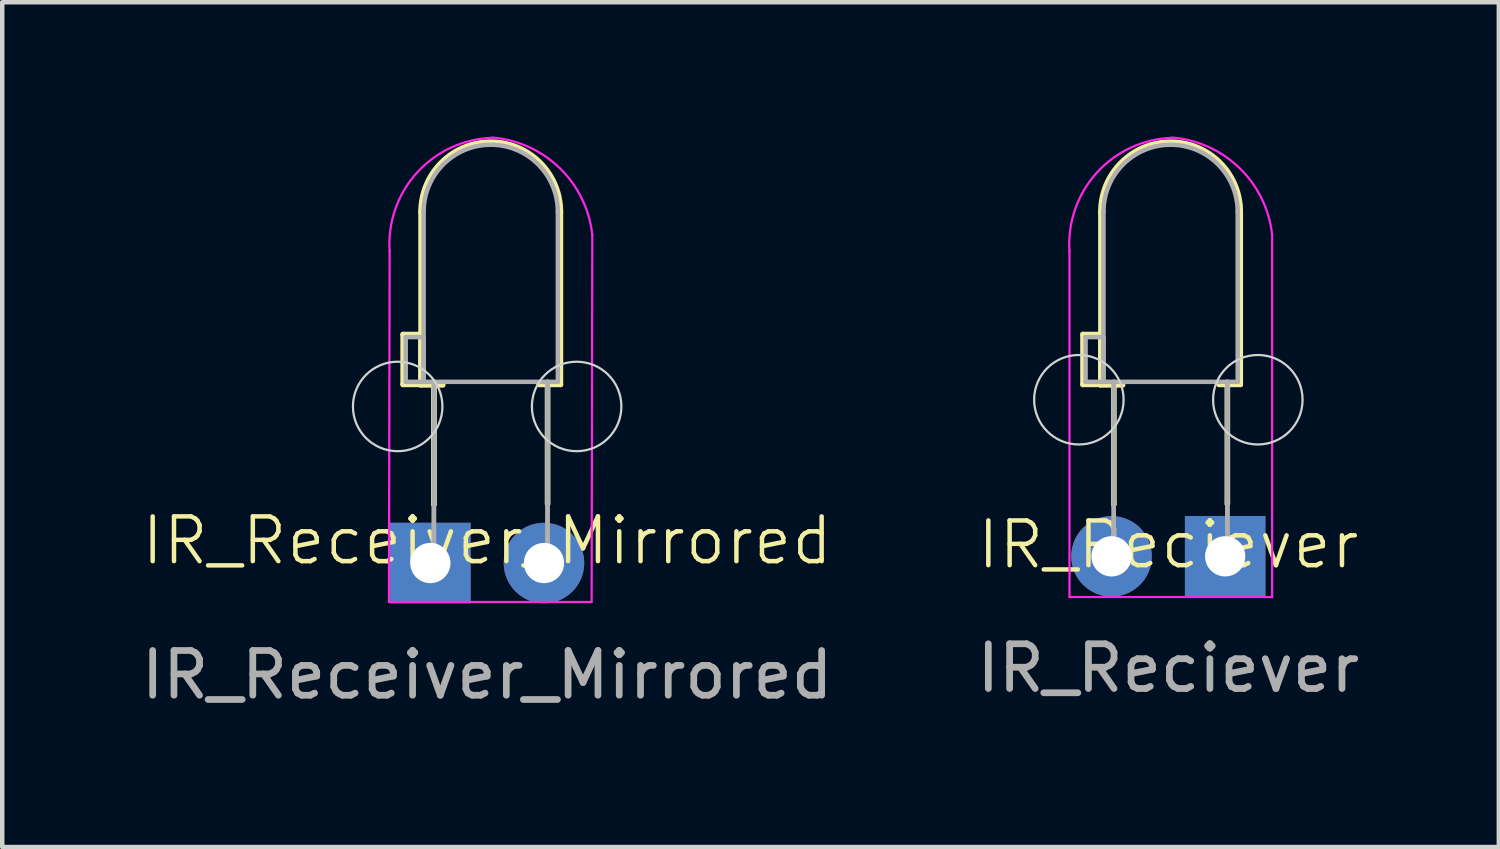
<source format=kicad_pcb>
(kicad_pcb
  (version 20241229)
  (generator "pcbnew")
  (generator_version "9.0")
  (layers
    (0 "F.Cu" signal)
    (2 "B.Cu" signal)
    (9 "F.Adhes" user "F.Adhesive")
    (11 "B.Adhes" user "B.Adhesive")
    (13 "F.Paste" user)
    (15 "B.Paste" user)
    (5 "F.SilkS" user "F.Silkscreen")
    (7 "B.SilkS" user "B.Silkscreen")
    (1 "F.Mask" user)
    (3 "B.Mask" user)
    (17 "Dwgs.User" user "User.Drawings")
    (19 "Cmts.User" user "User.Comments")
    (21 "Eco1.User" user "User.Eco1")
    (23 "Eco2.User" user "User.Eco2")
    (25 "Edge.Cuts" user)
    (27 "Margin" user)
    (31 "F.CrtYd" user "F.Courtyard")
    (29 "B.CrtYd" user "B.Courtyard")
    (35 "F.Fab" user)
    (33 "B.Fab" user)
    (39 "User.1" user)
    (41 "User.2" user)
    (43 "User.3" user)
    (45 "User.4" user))
  (footprint "IR_Reciever"
    (layer "F.Cu")
    (at 23.065 9.385)
    (property "Reference" "IR_Reciever" (at 0 -0.26 0) (unlocked yes) (layer "F.SilkS") (effects (font (size 1 1) (thickness 0.1))))
    (attr through_hole)
    (fp_line (start -1.91 -4.96) (end -1.51 -4.96) (stroke (width 0.12) (type solid)) (layer "F.SilkS"))
    (fp_line (start -1.91 -3.84) (end -1.91 -4.96) (stroke (width 0.12) (type solid)) (layer "F.SilkS"))
    (fp_line (start -1.52 -3.83) (end -1.02 -3.83) (stroke (width 0.12) (type solid)) (layer "F.SilkS"))
    (fp_line (start -1.51 -4.96) (end -1.51 -3.84) (stroke (width 0.12) (type solid)) (layer "F.SilkS"))
    (fp_line (start -1.51 -3.84) (end -1.91 -3.84) (stroke (width 0.12) (type solid)) (layer "F.SilkS"))
    (fp_line (start -1.51 -3.84) (end -1.51 -7.7) (stroke (width 0.12) (type solid)) (layer "F.SilkS"))
    (fp_line (start -1.22 -3.83) (end -1.22 -1.16) (stroke (width 0.12) (type solid)) (layer "F.SilkS"))
    (fp_line (start -1.22 -1.17) (end -1.22 -1.17) (stroke (width 0.12) (type solid)) (layer "F.SilkS"))
    (fp_line (start -1.22 -1.16) (end -1.22 -3.83) (stroke (width 0.12) (type solid)) (layer "F.SilkS"))
    (fp_line (start 1.13 -3.84) (end 1.61 -3.84) (stroke (width 0.12) (type solid)) (layer "F.SilkS"))
    (fp_line (start 1.32 -3.84) (end 1.32 -3.84) (stroke (width 0.12) (type solid)) (layer "F.SilkS"))
    (fp_line (start 1.32 -3.84) (end 1.32 -1.17) (stroke (width 0.12) (type solid)) (layer "F.SilkS"))
    (fp_line (start 1.32 -1.17) (end 1.32 -3.84) (stroke (width 0.12) (type solid)) (layer "F.SilkS"))
    (fp_line (start 1.32 -1.17) (end 1.32 -1.17) (stroke (width 0.12) (type solid)) (layer "F.SilkS"))
    (fp_line (start 1.61 -3.84) (end 1.61 -7.7) (stroke (width 0.12) (type solid)) (layer "F.SilkS"))
    (fp_arc (start -1.51 -7.7) (mid 0.05 -9.26) (end 1.61 -7.7) (stroke (width 0.12) (type solid)) (layer "F.SilkS"))
    (fp_circle (center -2 -3.5) (end -1 -3.5) (stroke (width 0.05) (type default)) (fill no) (layer "Edge.Cuts"))
    (fp_circle (center 2 -3.5) (end 3 -3.5) (stroke (width 0.05) (type default)) (fill no) (layer "Edge.Cuts"))
    (fp_line (start -2.21 -6.82) (end -2.21 0.91) (stroke (width 0.05) (type solid)) (layer "F.CrtYd"))
    (fp_line (start -2.21 0.91) (end 2.32 0.91) (stroke (width 0.05) (type solid)) (layer "F.CrtYd"))
    (fp_line (start 2.32 0.91) (end 2.32 -7.18) (stroke (width 0.05) (type solid)) (layer "F.CrtYd"))
    (fp_arc (start -2.21 -6.82) (mid -1.598507 -8.575869) (end 0.089597 -9.355167) (stroke (width 0.05) (type solid)) (layer "F.CrtYd"))
    (fp_arc (start 0.09 -9.36) (mid 1.597636 -8.671642) (end 2.32 -7.18) (stroke (width 0.05) (type solid)) (layer "F.CrtYd"))
    (fp_line (start -1.85 -4.9) (end -1.45 -4.9) (stroke (width 0.1) (type solid)) (layer "F.Fab"))
    (fp_line (start -1.85 -3.9) (end -1.85 -4.9) (stroke (width 0.1) (type solid)) (layer "F.Fab"))
    (fp_line (start -1.45 -4.9) (end -1.45 -3.9) (stroke (width 0.1) (type solid)) (layer "F.Fab"))
    (fp_line (start -1.45 -3.9) (end -1.85 -3.9) (stroke (width 0.1) (type solid)) (layer "F.Fab"))
    (fp_line (start -1.45 -3.9) (end -1.45 -7.7) (stroke (width 0.1) (type solid)) (layer "F.Fab"))
    (fp_line (start -1.22 -3.9) (end -1.22 -3.9) (stroke (width 0.1) (type solid)) (layer "F.Fab"))
    (fp_line (start -1.22 -3.9) (end -1.22 -0.09) (stroke (width 0.1) (type solid)) (layer "F.Fab"))
    (fp_line (start -1.22 -0.09) (end -1.22 -3.9) (stroke (width 0.1) (type solid)) (layer "F.Fab"))
    (fp_line (start -1.22 -0.09) (end -1.22 -0.09) (stroke (width 0.1) (type solid)) (layer "F.Fab"))
    (fp_line (start 1.32 -3.9) (end 1.32 -3.9) (stroke (width 0.1) (type solid)) (layer "F.Fab"))
    (fp_line (start 1.32 -3.9) (end 1.32 -0.09) (stroke (width 0.1) (type solid)) (layer "F.Fab"))
    (fp_line (start 1.32 -0.09) (end 1.32 -3.9) (stroke (width 0.1) (type solid)) (layer "F.Fab"))
    (fp_line (start 1.32 -0.09) (end 1.32 -0.09) (stroke (width 0.1) (type solid)) (layer "F.Fab"))
    (fp_line (start 1.55 -3.9) (end -1.45 -3.9) (stroke (width 0.1) (type solid)) (layer "F.Fab"))
    (fp_line (start 1.55 -3.9) (end 1.55 -7.7) (stroke (width 0.1) (type solid)) (layer "F.Fab"))
    (fp_arc (start -1.45 -7.7) (mid 0.05 -9.2) (end 1.55 -7.7) (stroke (width 0.1) (type solid)) (layer "F.Fab"))
    (fp_text user "${REFERENCE}" (at 0 2.5 0) (unlocked yes) (layer "F.Fab") (effects (font (size 1 1) (thickness 0.15))))
    (pad "1" thru_hole rect (at 1.27 0 180) (size 1.8 1.8) (drill 0.9) (layers "*.Cu" "*.Mask"))
    (pad "2" thru_hole circle (at -1.27 0 180) (size 1.8 1.8) (drill 0.9) (layers "*.Cu" "*.Mask")))
  (footprint "IR_Receiver_Mirrored"
    (layer "F.Cu")
    (at 7.839 9.535)
    (property "Reference" "IR_Receiver_Mirrored" (at 0 -0.5 0) (unlocked yes) (layer "F.SilkS") (effects (font (size 1 1) (thickness 0.1))))
    (attr through_hole)
    (fp_line (start -1.88 -5.11) (end -1.48 -5.11) (stroke (width 0.12) (type solid)) (layer "F.SilkS"))
    (fp_line (start -1.88 -3.99) (end -1.88 -5.11) (stroke (width 0.12) (type solid)) (layer "F.SilkS"))
    (fp_line (start -1.49 -3.98) (end -0.99 -3.98) (stroke (width 0.12) (type solid)) (layer "F.SilkS"))
    (fp_line (start -1.48 -5.11) (end -1.48 -3.99) (stroke (width 0.12) (type solid)) (layer "F.SilkS"))
    (fp_line (start -1.48 -3.99) (end -1.88 -3.99) (stroke (width 0.12) (type solid)) (layer "F.SilkS"))
    (fp_line (start -1.48 -3.99) (end -1.48 -7.85) (stroke (width 0.12) (type solid)) (layer "F.SilkS"))
    (fp_line (start -1.19 -3.98) (end -1.19 -1.31) (stroke (width 0.12) (type solid)) (layer "F.SilkS"))
    (fp_line (start -1.19 -1.32) (end -1.19 -1.32) (stroke (width 0.12) (type solid)) (layer "F.SilkS"))
    (fp_line (start -1.19 -1.31) (end -1.19 -3.98) (stroke (width 0.12) (type solid)) (layer "F.SilkS"))
    (fp_line (start 1.16 -3.99) (end 1.64 -3.99) (stroke (width 0.12) (type solid)) (layer "F.SilkS"))
    (fp_line (start 1.35 -3.99) (end 1.35 -3.99) (stroke (width 0.12) (type solid)) (layer "F.SilkS"))
    (fp_line (start 1.35 -3.99) (end 1.35 -1.32) (stroke (width 0.12) (type solid)) (layer "F.SilkS"))
    (fp_line (start 1.35 -1.32) (end 1.35 -3.99) (stroke (width 0.12) (type solid)) (layer "F.SilkS"))
    (fp_line (start 1.35 -1.32) (end 1.35 -1.32) (stroke (width 0.12) (type solid)) (layer "F.SilkS"))
    (fp_line (start 1.64 -3.99) (end 1.64 -7.85) (stroke (width 0.12) (type solid)) (layer "F.SilkS"))
    (fp_arc (start -1.48 -7.85) (mid 0.08 -9.41) (end 1.64 -7.85) (stroke (width 0.12) (type solid)) (layer "F.SilkS"))
    (fp_circle (center -2 -3.5) (end -1 -3.5) (stroke (width 0.05) (type default)) (fill no) (layer "Edge.Cuts"))
    (fp_circle (center 2 -3.5) (end 3 -3.5) (stroke (width 0.05) (type default)) (fill no) (layer "Edge.Cuts"))
    (fp_line (start -2.195 0.87) (end 2.335 0.87) (stroke (width 0.05) (type solid)) (layer "F.CrtYd"))
    (fp_line (start -2.18 -6.97) (end -2.195 0.87) (stroke (width 0.05) (type solid)) (layer "F.CrtYd"))
    (fp_line (start 2.335 0.87) (end 2.35 -7.33) (stroke (width 0.05) (type solid)) (layer "F.CrtYd"))
    (fp_arc (start -2.18 -6.97) (mid -1.568507 -8.725869) (end 0.119597 -9.505167) (stroke (width 0.05) (type solid)) (layer "F.CrtYd"))
    (fp_arc (start 0.12 -9.51) (mid 1.627636 -8.821642) (end 2.35 -7.33) (stroke (width 0.05) (type solid)) (layer "F.CrtYd"))
    (fp_line (start -1.82 -5.05) (end -1.42 -5.05) (stroke (width 0.1) (type solid)) (layer "F.Fab"))
    (fp_line (start -1.82 -4.05) (end -1.82 -5.05) (stroke (width 0.1) (type solid)) (layer "F.Fab"))
    (fp_line (start -1.42 -5.05) (end -1.42 -4.05) (stroke (width 0.1) (type solid)) (layer "F.Fab"))
    (fp_line (start -1.42 -4.05) (end -1.82 -4.05) (stroke (width 0.1) (type solid)) (layer "F.Fab"))
    (fp_line (start -1.42 -4.05) (end -1.42 -7.85) (stroke (width 0.1) (type solid)) (layer "F.Fab"))
    (fp_line (start -1.19 -4.05) (end -1.19 -4.05) (stroke (width 0.1) (type solid)) (layer "F.Fab"))
    (fp_line (start -1.19 -4.05) (end -1.19 -0.24) (stroke (width 0.1) (type solid)) (layer "F.Fab"))
    (fp_line (start -1.19 -0.24) (end -1.19 -4.05) (stroke (width 0.1) (type solid)) (layer "F.Fab"))
    (fp_line (start -1.19 -0.24) (end -1.19 -0.24) (stroke (width 0.1) (type solid)) (layer "F.Fab"))
    (fp_line (start 1.35 -4.05) (end 1.35 -4.05) (stroke (width 0.1) (type solid)) (layer "F.Fab"))
    (fp_line (start 1.35 -4.05) (end 1.35 -0.24) (stroke (width 0.1) (type solid)) (layer "F.Fab"))
    (fp_line (start 1.35 -0.24) (end 1.35 -4.05) (stroke (width 0.1) (type solid)) (layer "F.Fab"))
    (fp_line (start 1.35 -0.24) (end 1.35 -0.24) (stroke (width 0.1) (type solid)) (layer "F.Fab"))
    (fp_line (start 1.58 -4.05) (end -1.42 -4.05) (stroke (width 0.1) (type solid)) (layer "F.Fab"))
    (fp_line (start 1.58 -4.05) (end 1.58 -7.85) (stroke (width 0.1) (type solid)) (layer "F.Fab"))
    (fp_arc (start -1.42 -7.85) (mid 0.08 -9.35) (end 1.58 -7.85) (stroke (width 0.1) (type solid)) (layer "F.Fab"))
    (fp_text user "${REFERENCE}" (at 0 2.5 0) (unlocked yes) (layer "F.Fab") (effects (font (size 1 1) (thickness 0.15))))
    (pad "1" thru_hole rect (at -1.27 0 180) (size 1.8 1.8) (drill 0.9) (layers "*.Cu" "*.Mask"))
    (pad "2" thru_hole circle (at 1.27 0 180) (size 1.8 1.8) (drill 0.9) (layers "*.Cu" "*.Mask")))
  (gr_rect
    (start -3 -3)
    (end 30.452 15.883)
    (stroke (width 0.1) (type default))
    (fill no)
    (layer "Edge.Cuts")))
</source>
